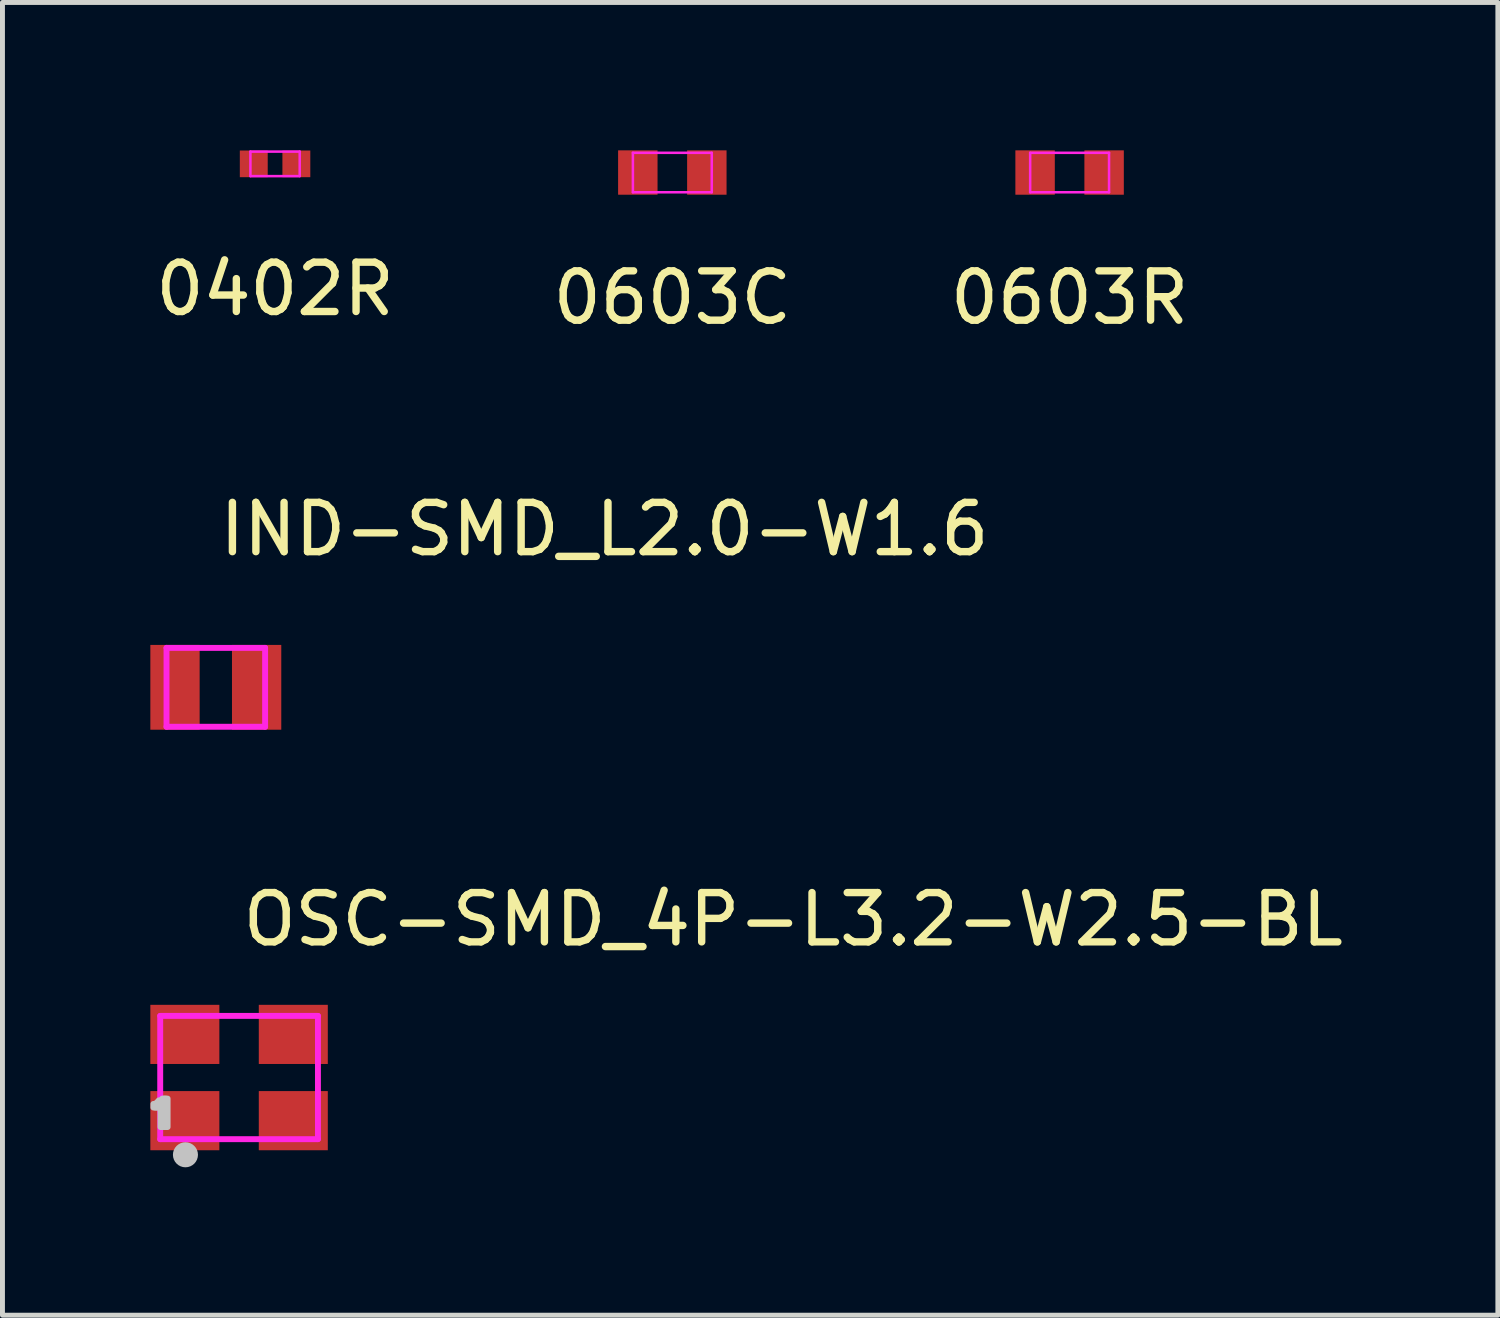
<source format=kicad_pcb>
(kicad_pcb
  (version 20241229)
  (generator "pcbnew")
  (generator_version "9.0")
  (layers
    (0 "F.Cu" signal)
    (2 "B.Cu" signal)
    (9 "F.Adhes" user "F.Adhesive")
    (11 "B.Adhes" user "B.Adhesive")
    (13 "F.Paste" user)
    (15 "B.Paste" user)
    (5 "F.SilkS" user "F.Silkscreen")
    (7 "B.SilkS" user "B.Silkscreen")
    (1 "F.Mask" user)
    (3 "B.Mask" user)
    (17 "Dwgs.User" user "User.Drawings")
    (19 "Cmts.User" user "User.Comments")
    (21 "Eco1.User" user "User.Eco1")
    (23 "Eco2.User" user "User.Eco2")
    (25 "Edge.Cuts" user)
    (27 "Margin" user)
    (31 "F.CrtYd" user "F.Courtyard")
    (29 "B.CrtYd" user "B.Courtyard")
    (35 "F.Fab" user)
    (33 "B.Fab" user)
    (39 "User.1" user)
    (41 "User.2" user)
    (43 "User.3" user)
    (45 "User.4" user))
  (footprint "OSC-SMD_4P-L3.2-W2.5-BL"
    (layer "F.Cu")
    (at 1.8 18.809)
    (property "Reference" "OSC-SMD_4P-L3.2-W2.5-BL" (at 0 -3.207 0) (layer "F.SilkS") (effects (font (size 1 1) (thickness 0.15)) (justify left)))
    (attr through_hole)
    (fp_circle (center -1.088 1.567) (end -0.961 1.567) (stroke (width 0.254) (type solid)) (fill no) (layer "Dwgs.User"))
    (fp_poly (pts (xy -1.738 0.536) (xy -1.702 0.536) (xy -1.702 0.608) (xy -1.738 0.608)) (stroke (width 0.12) (type solid)) (fill no) (layer "Dwgs.User"))
    (fp_poly (pts (xy -1.702 0.536) (xy -1.666 0.536) (xy -1.666 0.608) (xy -1.702 0.608)) (stroke (width 0.12) (type solid)) (fill no) (layer "Dwgs.User"))
    (fp_poly (pts (xy -1.666 0.5) (xy -1.63 0.5) (xy -1.63 0.608) (xy -1.666 0.608)) (stroke (width 0.12) (type solid)) (fill no) (layer "Dwgs.User"))
    (fp_poly (pts (xy -1.63 0.464) (xy -1.594 0.464) (xy -1.594 0.572) (xy -1.63 0.572)) (stroke (width 0.12) (type solid)) (fill no) (layer "Dwgs.User"))
    (fp_poly (pts (xy -1.594 0.464) (xy -1.558 0.464) (xy -1.558 1.004) (xy -1.594 1.004)) (stroke (width 0.12) (type solid)) (fill no) (layer "Dwgs.User"))
    (fp_poly (pts (xy -1.558 0.428) (xy -1.522 0.428) (xy -1.522 1.004) (xy -1.558 1.004)) (stroke (width 0.12) (type solid)) (fill no) (layer "Dwgs.User"))
    (fp_poly (pts (xy -1.522 0.428) (xy -1.486 0.428) (xy -1.486 1.004) (xy -1.522 1.004)) (stroke (width 0.12) (type solid)) (fill no) (layer "Dwgs.User"))
    (fp_poly (pts (xy -1.486 0.428) (xy -1.45 0.428) (xy -1.45 1.004) (xy -1.486 1.004)) (stroke (width 0.12) (type solid)) (fill no) (layer "Dwgs.User"))
    (fp_circle (center -1.6 1.25) (end -1.57 1.25) (stroke (width 0.06) (type solid)) (fill no) (layer "Eco2.User"))
    (fp_poly (pts (xy -1.5 -1.249) (xy -0.6 -1.249) (xy -0.6 -0.449) (xy -1.5 -0.449)) (stroke (width 0.12) (type solid)) (fill no) (layer "Eco2.User"))
    (fp_poly (pts (xy -1.5 0.449) (xy -0.6 0.449) (xy -0.6 1.249) (xy -1.5 1.249)) (stroke (width 0.12) (type solid)) (fill no) (layer "Eco2.User"))
    (fp_poly (pts (xy 0.6 -1.249) (xy 1.5 -1.249) (xy 1.5 -0.449) (xy 0.6 -0.449)) (stroke (width 0.12) (type solid)) (fill no) (layer "Eco2.User"))
    (fp_poly (pts (xy 0.6 0.449) (xy 1.5 0.449) (xy 1.5 1.249) (xy 0.6 1.249)) (stroke (width 0.12) (type solid)) (fill no) (layer "Eco2.User"))
    (fp_line (start -1.6 -1.25) (end 1.6 -1.25) (stroke (width 0.12) (type solid)) (layer "F.CrtYd"))
    (fp_line (start -1.6 1.25) (end -1.6 -1.25) (stroke (width 0.12) (type solid)) (layer "F.CrtYd"))
    (fp_line (start 1.6 -1.25) (end 1.6 1.25) (stroke (width 0.12) (type solid)) (layer "F.CrtYd"))
    (fp_line (start 1.6 1.25) (end -1.6 1.25) (stroke (width 0.12) (type solid)) (layer "F.CrtYd"))
    (pad "1" smd rect (at -1.1 0.875) (size 1.4 1.2) (layers "F.Cu" "F.Mask" "F.Paste"))
    (pad "2" smd rect (at 1.1 0.875) (size 1.4 1.2) (layers "F.Cu" "F.Mask" "F.Paste"))
    (pad "3" smd rect (at 1.1 -0.875) (size 1.4 1.2) (layers "F.Cu" "F.Mask" "F.Paste"))
    (pad "4" smd rect (at -1.1 -0.875) (size 1.4 1.2) (layers "F.Cu" "F.Mask" "F.Paste")))
  (footprint "IND-SMD_L2.0-W1.6"
    (layer "F.Cu")
    (at 1.328 10.893)
    (property "Reference" "IND-SMD_L2.0-W1.6" (at 0 -3.207 0) (layer "F.SilkS") (effects (font (size 1 1) (thickness 0.15)) (justify left)))
    (attr through_hole)
    (fp_circle (center 1 -0.8) (end 1.03 -0.8) (stroke (width 0.06) (type solid)) (fill no) (layer "Eco2.User"))
    (fp_poly (pts (xy -1 -0.8) (xy -0.4 -0.8) (xy -0.4 0.8) (xy -1 0.8)) (stroke (width 0.12) (type solid)) (fill no) (layer "Eco2.User"))
    (fp_poly (pts (xy 0.4 -0.8) (xy 1 -0.8) (xy 1 0.8) (xy 0.4 0.8)) (stroke (width 0.12) (type solid)) (fill no) (layer "Eco2.User"))
    (fp_line (start -1 -0.8) (end 1 -0.8) (stroke (width 0.12) (type solid)) (layer "F.CrtYd"))
    (fp_line (start -1 0.8) (end -1 -0.8) (stroke (width 0.12) (type solid)) (layer "F.CrtYd"))
    (fp_line (start 1 -0.8) (end 1 0.8) (stroke (width 0.12) (type solid)) (layer "F.CrtYd"))
    (fp_line (start 1 0.8) (end -1 0.8) (stroke (width 0.12) (type solid)) (layer "F.CrtYd"))
    (pad "1" smd rect (at 0.828 0) (size 1 1.72) (layers "F.Cu" "F.Mask" "F.Paste"))
    (pad "2" smd rect (at -0.828 0) (size 1 1.72) (layers "F.Cu" "F.Mask" "F.Paste")))
  (footprint "0402R"
    (layer "F.Cu")
    (at 2.53 0.274)
    (property "Reference" "0402R" (at 0 2.54 0) (layer "F.SilkS") (effects (font (size 1 1) (thickness 0.15))))
    (attr through_hole)
    (fp_poly (pts (xy -0.135 0.231) (xy -0.135 -0.231) (xy -0.175 -0.269) (xy -0.676 -0.269) (xy -0.716 -0.231) (xy -0.716 0.231) (xy -0.676 0.269) (xy -0.175 0.269)) (stroke (width 0.005) (type solid)) (fill yes) (layer "F.Paste"))
    (fp_poly (pts (xy 0.135 0.231) (xy 0.135 -0.231) (xy 0.175 -0.269) (xy 0.676 -0.269) (xy 0.716 -0.231) (xy 0.716 0.231) (xy 0.676 0.269) (xy 0.175 0.269)) (stroke (width 0.005) (type solid)) (fill yes) (layer "F.Paste"))
    (fp_poly (pts (xy -0.249 -0.249) (xy -0.249 0.249) (xy -0.498 0.249) (xy -0.498 -0.249)) (stroke (width 0.005) (type solid)) (fill no) (layer "Eco2.User"))
    (fp_poly (pts (xy 0.252 0.249) (xy 0.252 -0.249) (xy 0.5 -0.249) (xy 0.5 0.249)) (stroke (width 0.005) (type solid)) (fill no) (layer "Eco2.User"))
    (fp_poly (pts (xy -0.439 0.249) (xy -0.441 0.237) (xy -0.444 0.226) (xy -0.45 0.215) (xy -0.457 0.206) (xy -0.467 0.198) (xy -0.477 0.193) (xy -0.488 0.189) (xy -0.5 0.188) (xy -0.512 0.189) (xy -0.524 0.193) (xy -0.534 0.198) (xy -0.543 0.206) (xy -0.551 0.215) (xy -0.557 0.226) (xy -0.56 0.237) (xy -0.561 0.249) (xy -0.56 0.261) (xy -0.557 0.272) (xy -0.551 0.283) (xy -0.543 0.292) (xy -0.534 0.3) (xy -0.524 0.305) (xy -0.512 0.309) (xy -0.5 0.31) (xy -0.488 0.309) (xy -0.477 0.305) (xy -0.467 0.3) (xy -0.457 0.292) (xy -0.45 0.283) (xy -0.444 0.272) (xy -0.441 0.261)) (stroke (width 0.005) (type solid)) (fill no) (layer "Eco2.User"))
    (fp_line (start -0.5 -0.249) (end 0.5 -0.249) (stroke (width 0.051) (type solid)) (layer "F.CrtYd"))
    (fp_line (start -0.5 0.249) (end -0.5 -0.249) (stroke (width 0.051) (type solid)) (layer "F.CrtYd"))
    (fp_line (start 0.5 -0.249) (end 0.5 0.249) (stroke (width 0.051) (type solid)) (layer "F.CrtYd"))
    (fp_line (start 0.5 0.249) (end -0.5 0.249) (stroke (width 0.051) (type solid)) (layer "F.CrtYd"))
    (pad "1" smd rect (at -0.432 0) (size 0.566 0.541) (layers "F.Cu" "F.Mask" "F.Paste"))
    (pad "2" smd rect (at 0.432 0) (size 0.566 0.541) (layers "F.Cu" "F.Mask" "F.Paste")))
  (footprint "0603C"
    (layer "F.Cu")
    (at 10.589 0.45)
    (property "Reference" "0603C" (at 0 2.54 0) (layer "F.SilkS") (effects (font (size 1 1) (thickness 0.15))))
    (attr through_hole)
    (fp_poly (pts (xy -0.8 0.4) (xy -0.8 -0.4) (xy -0.5 -0.4) (xy -0.5 0.4)) (stroke (width 0.005) (type solid)) (fill no) (layer "Eco2.User"))
    (fp_poly (pts (xy 0.8 0.4) (xy 0.8 -0.4) (xy 0.5 -0.4) (xy 0.5 0.4)) (stroke (width 0.005) (type solid)) (fill no) (layer "Eco2.User"))
    (fp_poly (pts (xy -0.74 0.4) (xy -0.741 0.388) (xy -0.745 0.377) (xy -0.75 0.367) (xy -0.758 0.358) (xy -0.767 0.35) (xy -0.777 0.345) (xy -0.788 0.341) (xy -0.8 0.34) (xy -0.812 0.341) (xy -0.823 0.345) (xy -0.833 0.35) (xy -0.843 0.358) (xy -0.85 0.367) (xy -0.856 0.377) (xy -0.859 0.388) (xy -0.86 0.4) (xy -0.859 0.412) (xy -0.856 0.423) (xy -0.85 0.433) (xy -0.843 0.443) (xy -0.833 0.45) (xy -0.823 0.456) (xy -0.812 0.459) (xy -0.8 0.46) (xy -0.788 0.459) (xy -0.777 0.456) (xy -0.767 0.45) (xy -0.758 0.443) (xy -0.75 0.433) (xy -0.745 0.423) (xy -0.741 0.412)) (stroke (width 0.005) (type solid)) (fill no) (layer "Eco2.User"))
    (fp_line (start -0.8 -0.4) (end 0.8 -0.4) (stroke (width 0.051) (type solid)) (layer "F.CrtYd"))
    (fp_line (start -0.8 0.4) (end -0.8 -0.4) (stroke (width 0.051) (type solid)) (layer "F.CrtYd"))
    (fp_line (start 0.8 -0.4) (end 0.8 0.4) (stroke (width 0.051) (type solid)) (layer "F.CrtYd"))
    (fp_line (start 0.8 0.4) (end -0.8 0.4) (stroke (width 0.051) (type solid)) (layer "F.CrtYd"))
    (pad "1" smd rect (at -0.7 0) (size 0.8 0.9) (layers "F.Cu" "F.Mask" "F.Paste"))
    (pad "2" smd rect (at 0.7 0) (size 0.8 0.9) (layers "F.Cu" "F.Mask" "F.Paste")))
  (footprint "0603R"
    (layer "F.Cu")
    (at 18.648 0.45)
    (property "Reference" "0603R" (at 0 2.54 0) (layer "F.SilkS") (effects (font (size 1 1) (thickness 0.15))))
    (attr through_hole)
    (fp_poly (pts (xy -0.8 0.4) (xy -0.8 -0.4) (xy -0.5 -0.4) (xy -0.5 0.4)) (stroke (width 0.005) (type solid)) (fill no) (layer "Eco2.User"))
    (fp_poly (pts (xy 0.8 0.4) (xy 0.8 -0.4) (xy 0.5 -0.4) (xy 0.5 0.4)) (stroke (width 0.005) (type solid)) (fill no) (layer "Eco2.User"))
    (fp_poly (pts (xy -0.74 0.4) (xy -0.741 0.388) (xy -0.745 0.377) (xy -0.75 0.367) (xy -0.758 0.358) (xy -0.767 0.35) (xy -0.777 0.345) (xy -0.788 0.341) (xy -0.8 0.34) (xy -0.812 0.341) (xy -0.823 0.345) (xy -0.833 0.35) (xy -0.843 0.358) (xy -0.85 0.367) (xy -0.856 0.377) (xy -0.859 0.388) (xy -0.86 0.4) (xy -0.859 0.412) (xy -0.856 0.423) (xy -0.85 0.433) (xy -0.843 0.443) (xy -0.833 0.45) (xy -0.823 0.456) (xy -0.812 0.459) (xy -0.8 0.46) (xy -0.788 0.459) (xy -0.777 0.456) (xy -0.767 0.45) (xy -0.758 0.443) (xy -0.75 0.433) (xy -0.745 0.423) (xy -0.741 0.412)) (stroke (width 0.005) (type solid)) (fill no) (layer "Eco2.User"))
    (fp_line (start -0.8 -0.4) (end 0.8 -0.4) (stroke (width 0.051) (type solid)) (layer "F.CrtYd"))
    (fp_line (start -0.8 0.4) (end -0.8 -0.4) (stroke (width 0.051) (type solid)) (layer "F.CrtYd"))
    (fp_line (start 0.8 -0.4) (end 0.8 0.4) (stroke (width 0.051) (type solid)) (layer "F.CrtYd"))
    (fp_line (start 0.8 0.4) (end -0.8 0.4) (stroke (width 0.051) (type solid)) (layer "F.CrtYd"))
    (pad "1" smd rect (at -0.7 0) (size 0.8 0.9) (layers "F.Cu" "F.Mask" "F.Paste"))
    (pad "2" smd rect (at 0.7 0) (size 0.8 0.9) (layers "F.Cu" "F.Mask" "F.Paste")))
  (gr_rect
    (start -3 -3)
    (end 27.336 23.63)
    (stroke (width 0.1) (type default))
    (fill no)
    (layer "Edge.Cuts")))
</source>
